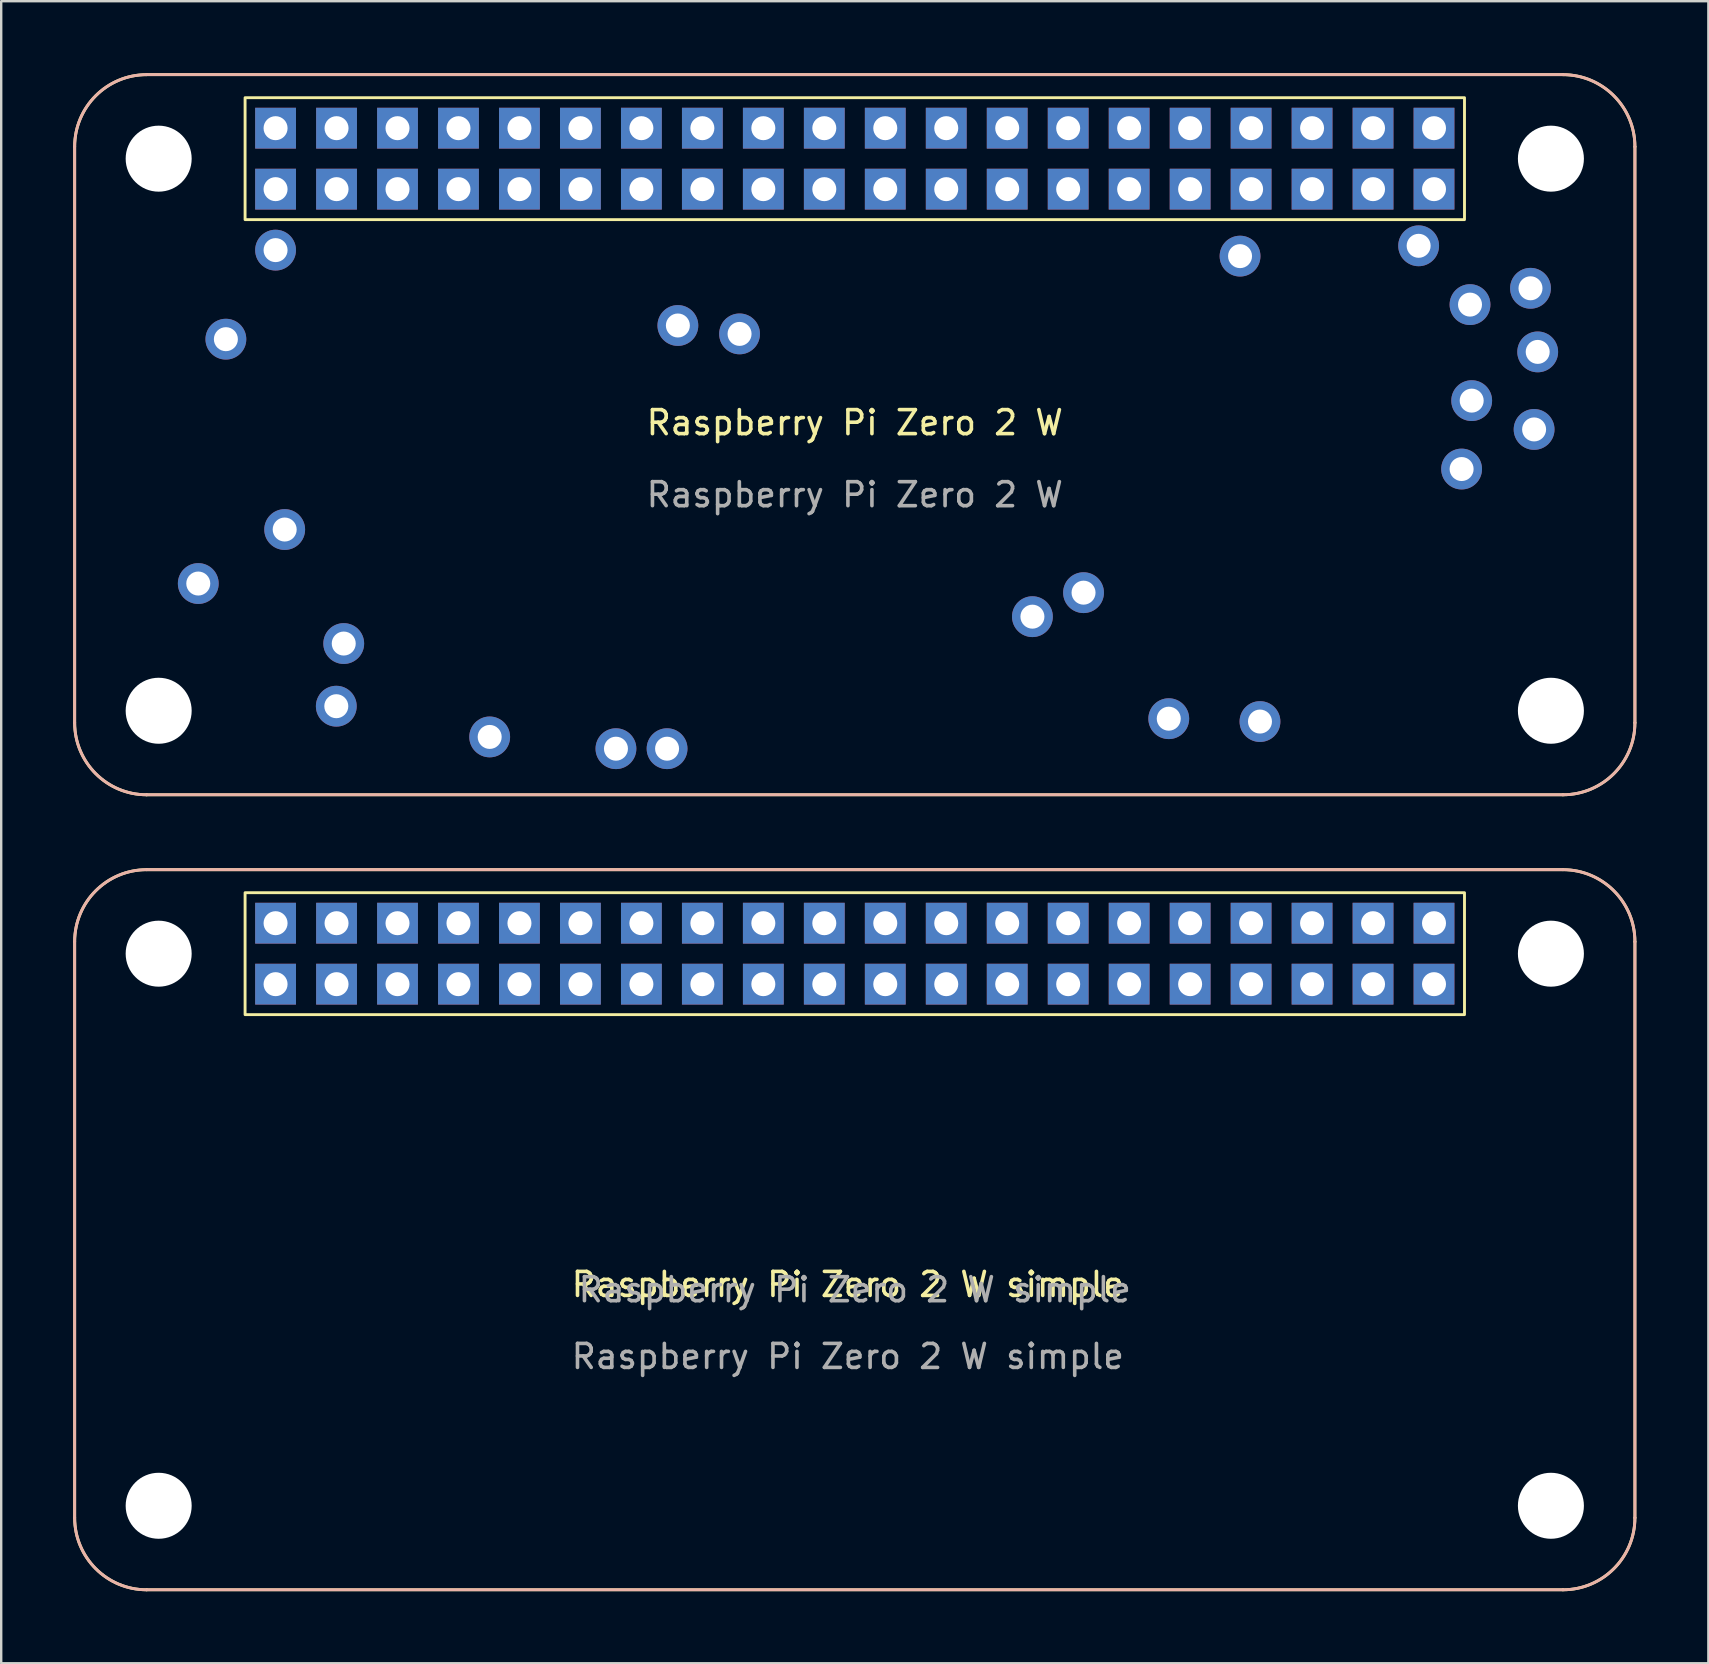
<source format=kicad_pcb>
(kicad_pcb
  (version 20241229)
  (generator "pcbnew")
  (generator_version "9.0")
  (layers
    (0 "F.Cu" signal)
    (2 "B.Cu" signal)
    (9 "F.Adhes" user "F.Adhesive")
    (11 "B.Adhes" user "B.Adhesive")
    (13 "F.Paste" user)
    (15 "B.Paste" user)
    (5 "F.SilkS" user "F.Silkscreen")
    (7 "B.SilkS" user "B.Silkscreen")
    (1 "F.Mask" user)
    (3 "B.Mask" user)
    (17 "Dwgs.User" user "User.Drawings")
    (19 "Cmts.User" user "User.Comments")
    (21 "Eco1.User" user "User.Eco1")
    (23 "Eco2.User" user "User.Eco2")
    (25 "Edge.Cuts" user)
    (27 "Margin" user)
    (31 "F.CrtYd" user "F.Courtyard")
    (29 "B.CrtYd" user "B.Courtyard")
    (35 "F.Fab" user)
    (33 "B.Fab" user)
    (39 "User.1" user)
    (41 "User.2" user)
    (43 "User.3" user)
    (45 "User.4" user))
  (footprint "Raspberry Pi Zero 2 W"
    (layer "F.Cu")
    (at 32.56 15.06)
    (property "Reference" "Raspberry Pi Zero 2 W" (at 0 -0.5 0) (unlocked yes) (layer "F.SilkS") (effects (font (size 1 1) (thickness 0.15))))
    (fp_line (start -32.5 12) (end -32.5 -12) (stroke (width 0.12) (type solid)) (layer "F.SilkS"))
    (fp_line (start -29.5 -15) (end 29.5 -15) (stroke (width 0.12) (type solid)) (layer "F.SilkS"))
    (fp_line (start -29.5 15) (end 29.5 15) (stroke (width 0.12) (type solid)) (layer "F.SilkS"))
    (fp_line (start 32.5 12) (end 32.5 -12) (stroke (width 0.12) (type solid)) (layer "F.SilkS"))
    (fp_rect (start -25.4 -14.04) (end 25.4 -8.96) (stroke (width 0.12) (type solid)) (fill no) (layer "F.SilkS"))
    (fp_arc (start -32.5 -12) (mid -31.62132 -14.12132) (end -29.5 -15) (stroke (width 0.12) (type solid)) (layer "F.SilkS"))
    (fp_arc (start -29.5 15) (mid -31.62132 14.12132) (end -32.5 12) (stroke (width 0.12) (type solid)) (layer "F.SilkS"))
    (fp_arc (start 29.5 -15) (mid 31.62132 -14.12132) (end 32.5 -12) (stroke (width 0.12) (type solid)) (layer "F.SilkS"))
    (fp_arc (start 32.5 12) (mid 31.62132 14.12132) (end 29.5 15) (stroke (width 0.12) (type solid)) (layer "F.SilkS"))
    (fp_line (start -32.5 12) (end -32.5 -12) (stroke (width 0.12) (type solid)) (layer "B.SilkS"))
    (fp_line (start -29.5 -15) (end 29.5 -15) (stroke (width 0.12) (type solid)) (layer "B.SilkS"))
    (fp_line (start -29.5 15) (end 29.5 15) (stroke (width 0.12) (type solid)) (layer "B.SilkS"))
    (fp_line (start 32.5 12) (end 32.5 -12) (stroke (width 0.12) (type solid)) (layer "B.SilkS"))
    (fp_arc (start -32.5 -12) (mid -31.62132 -14.12132) (end -29.5 -15) (stroke (width 0.12) (type solid)) (layer "B.SilkS"))
    (fp_arc (start -29.5 15) (mid -31.62132 14.12132) (end -32.5 12) (stroke (width 0.12) (type solid)) (layer "B.SilkS"))
    (fp_arc (start 29.5 -15) (mid 31.62132 -14.12132) (end 32.5 -12) (stroke (width 0.12) (type solid)) (layer "B.SilkS"))
    (fp_arc (start 32.5 12) (mid 31.62132 14.12132) (end 29.5 15) (stroke (width 0.12) (type solid)) (layer "B.SilkS"))
    (fp_text user "${REFERENCE}" (at 0 2.5 0) (unlocked yes) (layer "F.Fab") (effects (font (size 1 1) (thickness 0.15))))
    (pad "" np_thru_hole circle (at -29 -11.5) (size 2.75 2.75) (drill 2.75) (layers "*.Cu" "*.Mask"))
    (pad "" np_thru_hole circle (at -29 11.5) (size 2.75 2.75) (drill 2.75) (layers "*.Cu" "*.Mask"))
    (pad "" np_thru_hole circle (at 29 -11.5) (size 2.75 2.75) (drill 2.75) (layers "*.Cu" "*.Mask"))
    (pad "" np_thru_hole circle (at 29 11.5) (size 2.75 2.75) (drill 2.75) (layers "*.Cu" "*.Mask"))
    (pad "1" thru_hole rect (at -24.13 -10.23) (size 1.7 1.7) (drill 1) (layers "*.Cu" "*.Mask"))
    (pad "2" thru_hole rect (at -24.13 -12.77) (size 1.7 1.7) (drill 1) (layers "*.Cu" "*.Mask"))
    (pad "3" thru_hole rect (at -21.59 -10.23) (size 1.7 1.7) (drill 1) (layers "*.Cu" "*.Mask"))
    (pad "4" thru_hole rect (at -21.59 -12.77) (size 1.7 1.7) (drill 1) (layers "*.Cu" "*.Mask"))
    (pad "5" thru_hole rect (at -19.05 -10.23) (size 1.7 1.7) (drill 1) (layers "*.Cu" "*.Mask"))
    (pad "6" thru_hole rect (at -19.05 -12.77) (size 1.7 1.7) (drill 1) (layers "*.Cu" "*.Mask"))
    (pad "7" thru_hole rect (at -16.51 -10.23) (size 1.7 1.7) (drill 1) (layers "*.Cu" "*.Mask"))
    (pad "8" thru_hole rect (at -16.51 -12.77) (size 1.7 1.7) (drill 1) (layers "*.Cu" "*.Mask"))
    (pad "9" thru_hole rect (at -13.97 -10.23) (size 1.7 1.7) (drill 1) (layers "*.Cu" "*.Mask"))
    (pad "10" thru_hole rect (at -13.97 -12.77) (size 1.7 1.7) (drill 1) (layers "*.Cu" "*.Mask"))
    (pad "11" thru_hole rect (at -11.43 -10.23) (size 1.7 1.7) (drill 1) (layers "*.Cu" "*.Mask"))
    (pad "12" thru_hole rect (at -11.43 -12.77) (size 1.7 1.7) (drill 1) (layers "*.Cu" "*.Mask"))
    (pad "13" thru_hole rect (at -8.89 -10.23) (size 1.7 1.7) (drill 1) (layers "*.Cu" "*.Mask"))
    (pad "14" thru_hole rect (at -8.89 -12.77) (size 1.7 1.7) (drill 1) (layers "*.Cu" "*.Mask"))
    (pad "15" thru_hole rect (at -6.35 -10.23) (size 1.7 1.7) (drill 1) (layers "*.Cu" "*.Mask"))
    (pad "16" thru_hole rect (at -6.35 -12.77) (size 1.7 1.7) (drill 1) (layers "*.Cu" "*.Mask"))
    (pad "17" thru_hole rect (at -3.81 -10.23) (size 1.7 1.7) (drill 1) (layers "*.Cu" "*.Mask"))
    (pad "18" thru_hole rect (at -3.81 -12.77) (size 1.7 1.7) (drill 1) (layers "*.Cu" "*.Mask"))
    (pad "19" thru_hole rect (at -1.27 -10.23) (size 1.7 1.7) (drill 1) (layers "*.Cu" "*.Mask"))
    (pad "20" thru_hole rect (at -1.27 -12.77) (size 1.7 1.7) (drill 1) (layers "*.Cu" "*.Mask"))
    (pad "21" thru_hole rect (at 1.27 -10.23) (size 1.7 1.7) (drill 1) (layers "*.Cu" "*.Mask"))
    (pad "22" thru_hole rect (at 1.27 -12.77) (size 1.7 1.7) (drill 1) (layers "*.Cu" "*.Mask"))
    (pad "23" thru_hole rect (at 3.81 -10.23) (size 1.7 1.7) (drill 1) (layers "*.Cu" "*.Mask"))
    (pad "24" thru_hole rect (at 3.81 -12.77) (size 1.7 1.7) (drill 1) (layers "*.Cu" "*.Mask"))
    (pad "25" thru_hole rect (at 6.35 -10.23) (size 1.7 1.7) (drill 1) (layers "*.Cu" "*.Mask"))
    (pad "26" thru_hole rect (at 6.35 -12.77) (size 1.7 1.7) (drill 1) (layers "*.Cu" "*.Mask"))
    (pad "27" thru_hole rect (at 8.89 -10.23) (size 1.7 1.7) (drill 1) (layers "*.Cu" "*.Mask"))
    (pad "28" thru_hole rect (at 8.89 -12.77) (size 1.7 1.7) (drill 1) (layers "*.Cu" "*.Mask"))
    (pad "29" thru_hole rect (at 11.43 -10.23) (size 1.7 1.7) (drill 1) (layers "*.Cu" "*.Mask"))
    (pad "30" thru_hole rect (at 11.43 -12.77) (size 1.7 1.7) (drill 1) (layers "*.Cu" "*.Mask"))
    (pad "31" thru_hole rect (at 13.97 -10.23) (size 1.7 1.7) (drill 1) (layers "*.Cu" "*.Mask"))
    (pad "32" thru_hole rect (at 13.97 -12.77) (size 1.7 1.7) (drill 1) (layers "*.Cu" "*.Mask"))
    (pad "33" thru_hole rect (at 16.51 -10.23) (size 1.7 1.7) (drill 1) (layers "*.Cu" "*.Mask"))
    (pad "34" thru_hole rect (at 16.51 -12.77) (size 1.7 1.7) (drill 1) (layers "*.Cu" "*.Mask"))
    (pad "35" thru_hole rect (at 19.05 -10.23) (size 1.7 1.7) (drill 1) (layers "*.Cu" "*.Mask"))
    (pad "36" thru_hole rect (at 19.05 -12.77) (size 1.7 1.7) (drill 1) (layers "*.Cu" "*.Mask"))
    (pad "37" thru_hole rect (at 21.59 -10.23) (size 1.7 1.7) (drill 1) (layers "*.Cu" "*.Mask"))
    (pad "38" thru_hole rect (at 21.59 -12.77) (size 1.7 1.7) (drill 1) (layers "*.Cu" "*.Mask"))
    (pad "39" thru_hole rect (at 24.13 -10.23) (size 1.7 1.7) (drill 1) (layers "*.Cu" "*.Mask"))
    (pad "40" thru_hole rect (at 24.13 -12.77) (size 1.7 1.7) (drill 1) (layers "*.Cu" "*.Mask"))
    (pad "41" thru_hole circle (at -27.35 6.2) (size 1.7 1.7) (drill 1) (layers "*.Cu" "*.Mask"))
    (pad "42" thru_hole circle (at -26.2 -3.98) (size 1.7 1.7) (drill 1) (layers "*.Cu" "*.Mask"))
    (pad "43" thru_hole circle (at -24.13 -7.69) (size 1.7 1.7) (drill 1) (layers "*.Cu" "*.Mask"))
    (pad "44" thru_hole circle (at -23.75 3.95) (size 1.7 1.7) (drill 1) (layers "*.Cu" "*.Mask"))
    (pad "45" thru_hole circle (at -21.29 8.7) (size 1.7 1.7) (drill 1) (layers "*.Cu" "*.Mask"))
    (pad "46" thru_hole circle (at -21.6 11.31) (size 1.7 1.7) (drill 1) (layers "*.Cu" "*.Mask"))
    (pad "47" thru_hole circle (at -15.21 12.59) (size 1.7 1.7) (drill 1) (layers "*.Cu" "*.Mask"))
    (pad "48" thru_hole circle (at -9.95 13.08) (size 1.7 1.7) (drill 1) (layers "*.Cu" "*.Mask"))
    (pad "49" thru_hole circle (at -7.82 13.08) (size 1.7 1.7) (drill 1) (layers "*.Cu" "*.Mask"))
    (pad "50" thru_hole circle (at 7.4 7.58) (size 1.7 1.7) (drill 1) (layers "*.Cu" "*.Mask"))
    (pad "51" thru_hole circle (at 9.53 6.58) (size 1.7 1.7) (drill 1) (layers "*.Cu" "*.Mask"))
    (pad "52" thru_hole circle (at 13.08 11.83) (size 1.7 1.7) (drill 1) (layers "*.Cu" "*.Mask"))
    (pad "53" thru_hole circle (at 16.88 11.95) (size 1.7 1.7) (drill 1) (layers "*.Cu" "*.Mask"))
    (pad "54" thru_hole circle (at 23.49 -7.87) (size 1.7 1.7) (drill 1) (layers "*.Cu" "*.Mask"))
    (pad "55" thru_hole circle (at 16.05 -7.44) (size 1.7 1.7) (drill 1) (layers "*.Cu" "*.Mask"))
    (pad "56" thru_hole circle (at 28.45 -3.45) (size 1.7 1.7) (drill 1) (layers "*.Cu" "*.Mask"))
    (pad "57" thru_hole circle (at 25.7 -1.42) (size 1.7 1.7) (drill 1) (layers "*.Cu" "*.Mask"))
    (pad "58" thru_hole circle (at 25.63 -5.42) (size 1.7 1.7) (drill 1) (layers "*.Cu" "*.Mask"))
    (pad "59" thru_hole circle (at 28.15 -6.1) (size 1.7 1.7) (drill 1) (layers "*.Cu" "*.Mask"))
    (pad "60" thru_hole circle (at 25.28 1.43) (size 1.7 1.7) (drill 1) (layers "*.Cu" "*.Mask"))
    (pad "61" thru_hole circle (at 28.3 -0.22) (size 1.7 1.7) (drill 1) (layers "*.Cu" "*.Mask"))
    (pad "62" thru_hole circle (at -7.37 -4.55) (size 1.7 1.7) (drill 1) (layers "*.Cu" "*.Mask"))
    (pad "63" thru_hole circle (at -4.8 -4.2) (size 1.7 1.7) (drill 1) (layers "*.Cu" "*.Mask")))
  (footprint "Raspberry Pi Zero 2 W simple"
    (layer "F.Cu")
    (at 32.27 50.96)
    (property "Reference" "Raspberry Pi Zero 2 W simple" (at 0 -0.5 0) (unlocked yes) (layer "F.SilkS") (effects (font (size 1 1) (thickness 0.15))))
    (attr through_hole)
    (fp_line (start -32.21 9.22) (end -32.21 -14.78) (stroke (width 0.12) (type solid)) (layer "F.SilkS"))
    (fp_line (start -29.21 -17.78) (end 29.79 -17.78) (stroke (width 0.12) (type solid)) (layer "F.SilkS"))
    (fp_line (start -29.21 12.22) (end 29.79 12.22) (stroke (width 0.12) (type solid)) (layer "F.SilkS"))
    (fp_line (start 32.79 9.22) (end 32.79 -14.78) (stroke (width 0.12) (type solid)) (layer "F.SilkS"))
    (fp_rect (start -25.11 -16.82) (end 25.69 -11.74) (stroke (width 0.12) (type solid)) (fill no) (layer "F.SilkS"))
    (fp_arc (start -32.21 -14.78) (mid -31.33132 -16.90132) (end -29.21 -17.78) (stroke (width 0.12) (type solid)) (layer "F.SilkS"))
    (fp_arc (start -29.21 12.22) (mid -31.33132 11.34132) (end -32.21 9.22) (stroke (width 0.12) (type solid)) (layer "F.SilkS"))
    (fp_arc (start 29.79 -17.78) (mid 31.91132 -16.90132) (end 32.79 -14.78) (stroke (width 0.12) (type solid)) (layer "F.SilkS"))
    (fp_arc (start 32.79 9.22) (mid 31.91132 11.34132) (end 29.79 12.22) (stroke (width 0.12) (type solid)) (layer "F.SilkS"))
    (fp_line (start -32.21 9.22) (end -32.21 -14.78) (stroke (width 0.12) (type solid)) (layer "B.SilkS"))
    (fp_line (start -29.21 -17.78) (end 29.79 -17.78) (stroke (width 0.12) (type solid)) (layer "B.SilkS"))
    (fp_line (start -29.21 12.22) (end 29.79 12.22) (stroke (width 0.12) (type solid)) (layer "B.SilkS"))
    (fp_line (start 32.79 9.22) (end 32.79 -14.78) (stroke (width 0.12) (type solid)) (layer "B.SilkS"))
    (fp_arc (start -32.21 -14.78) (mid -31.33132 -16.90132) (end -29.21 -17.78) (stroke (width 0.12) (type solid)) (layer "B.SilkS"))
    (fp_arc (start -29.21 12.22) (mid -31.33132 11.34132) (end -32.21 9.22) (stroke (width 0.12) (type solid)) (layer "B.SilkS"))
    (fp_arc (start 29.79 -17.78) (mid 31.91132 -16.90132) (end 32.79 -14.78) (stroke (width 0.12) (type solid)) (layer "B.SilkS"))
    (fp_arc (start 32.79 9.22) (mid 31.91132 11.34132) (end 29.79 12.22) (stroke (width 0.12) (type solid)) (layer "B.SilkS"))
    (fp_text user "${REFERENCE}" (at 0 2.5 0) (unlocked yes) (layer "F.Fab") (effects (font (size 1 1) (thickness 0.15))))
    (fp_text user "${REFERENCE}" (at 0.29 -0.28 0) (unlocked yes) (layer "F.Fab") (effects (font (size 1 1) (thickness 0.15))))
    (pad "" np_thru_hole circle (at -28.71 -14.28) (size 2.75 2.75) (drill 2.75) (layers "*.Cu" "*.Mask"))
    (pad "" np_thru_hole circle (at -28.71 8.72) (size 2.75 2.75) (drill 2.75) (layers "*.Cu" "*.Mask"))
    (pad "" np_thru_hole circle (at 29.29 -14.28) (size 2.75 2.75) (drill 2.75) (layers "*.Cu" "*.Mask"))
    (pad "" np_thru_hole circle (at 29.29 8.72) (size 2.75 2.75) (drill 2.75) (layers "*.Cu" "*.Mask"))
    (pad "1" thru_hole rect (at -23.84 -13.01) (size 1.7 1.7) (drill 1) (layers "*.Cu" "*.Mask"))
    (pad "2" thru_hole rect (at -23.84 -15.55) (size 1.7 1.7) (drill 1) (layers "*.Cu" "*.Mask"))
    (pad "3" thru_hole rect (at -21.3 -13.01) (size 1.7 1.7) (drill 1) (layers "*.Cu" "*.Mask"))
    (pad "4" thru_hole rect (at -21.3 -15.55) (size 1.7 1.7) (drill 1) (layers "*.Cu" "*.Mask"))
    (pad "5" thru_hole rect (at -18.76 -13.01) (size 1.7 1.7) (drill 1) (layers "*.Cu" "*.Mask"))
    (pad "6" thru_hole rect (at -18.76 -15.55) (size 1.7 1.7) (drill 1) (layers "*.Cu" "*.Mask"))
    (pad "7" thru_hole rect (at -16.22 -13.01) (size 1.7 1.7) (drill 1) (layers "*.Cu" "*.Mask"))
    (pad "8" thru_hole rect (at -16.22 -15.55) (size 1.7 1.7) (drill 1) (layers "*.Cu" "*.Mask"))
    (pad "9" thru_hole rect (at -13.68 -13.01) (size 1.7 1.7) (drill 1) (layers "*.Cu" "*.Mask"))
    (pad "10" thru_hole rect (at -13.68 -15.55) (size 1.7 1.7) (drill 1) (layers "*.Cu" "*.Mask"))
    (pad "11" thru_hole rect (at -11.14 -13.01) (size 1.7 1.7) (drill 1) (layers "*.Cu" "*.Mask"))
    (pad "12" thru_hole rect (at -11.14 -15.55) (size 1.7 1.7) (drill 1) (layers "*.Cu" "*.Mask"))
    (pad "13" thru_hole rect (at -8.6 -13.01) (size 1.7 1.7) (drill 1) (layers "*.Cu" "*.Mask"))
    (pad "14" thru_hole rect (at -8.6 -15.55) (size 1.7 1.7) (drill 1) (layers "*.Cu" "*.Mask"))
    (pad "15" thru_hole rect (at -6.06 -13.01) (size 1.7 1.7) (drill 1) (layers "*.Cu" "*.Mask"))
    (pad "16" thru_hole rect (at -6.06 -15.55) (size 1.7 1.7) (drill 1) (layers "*.Cu" "*.Mask"))
    (pad "17" thru_hole rect (at -3.52 -13.01) (size 1.7 1.7) (drill 1) (layers "*.Cu" "*.Mask"))
    (pad "18" thru_hole rect (at -3.52 -15.55) (size 1.7 1.7) (drill 1) (layers "*.Cu" "*.Mask"))
    (pad "19" thru_hole rect (at -0.98 -13.01) (size 1.7 1.7) (drill 1) (layers "*.Cu" "*.Mask"))
    (pad "20" thru_hole rect (at -0.98 -15.55) (size 1.7 1.7) (drill 1) (layers "*.Cu" "*.Mask"))
    (pad "21" thru_hole rect (at 1.56 -13.01) (size 1.7 1.7) (drill 1) (layers "*.Cu" "*.Mask"))
    (pad "22" thru_hole rect (at 1.56 -15.55) (size 1.7 1.7) (drill 1) (layers "*.Cu" "*.Mask"))
    (pad "23" thru_hole rect (at 4.1 -13.01) (size 1.7 1.7) (drill 1) (layers "*.Cu" "*.Mask"))
    (pad "24" thru_hole rect (at 4.1 -15.55) (size 1.7 1.7) (drill 1) (layers "*.Cu" "*.Mask"))
    (pad "25" thru_hole rect (at 6.64 -13.01) (size 1.7 1.7) (drill 1) (layers "*.Cu" "*.Mask"))
    (pad "26" thru_hole rect (at 6.64 -15.55) (size 1.7 1.7) (drill 1) (layers "*.Cu" "*.Mask"))
    (pad "27" thru_hole rect (at 9.18 -13.01) (size 1.7 1.7) (drill 1) (layers "*.Cu" "*.Mask"))
    (pad "28" thru_hole rect (at 9.18 -15.55) (size 1.7 1.7) (drill 1) (layers "*.Cu" "*.Mask"))
    (pad "29" thru_hole rect (at 11.72 -13.01) (size 1.7 1.7) (drill 1) (layers "*.Cu" "*.Mask"))
    (pad "30" thru_hole rect (at 11.72 -15.55) (size 1.7 1.7) (drill 1) (layers "*.Cu" "*.Mask"))
    (pad "31" thru_hole rect (at 14.26 -13.01) (size 1.7 1.7) (drill 1) (layers "*.Cu" "*.Mask"))
    (pad "32" thru_hole rect (at 14.26 -15.55) (size 1.7 1.7) (drill 1) (layers "*.Cu" "*.Mask"))
    (pad "33" thru_hole rect (at 16.8 -13.01) (size 1.7 1.7) (drill 1) (layers "*.Cu" "*.Mask"))
    (pad "34" thru_hole rect (at 16.8 -15.55) (size 1.7 1.7) (drill 1) (layers "*.Cu" "*.Mask"))
    (pad "35" thru_hole rect (at 19.34 -13.01) (size 1.7 1.7) (drill 1) (layers "*.Cu" "*.Mask"))
    (pad "36" thru_hole rect (at 19.34 -15.55) (size 1.7 1.7) (drill 1) (layers "*.Cu" "*.Mask"))
    (pad "37" thru_hole rect (at 21.88 -13.01) (size 1.7 1.7) (drill 1) (layers "*.Cu" "*.Mask"))
    (pad "38" thru_hole rect (at 21.88 -15.55) (size 1.7 1.7) (drill 1) (layers "*.Cu" "*.Mask"))
    (pad "39" thru_hole rect (at 24.42 -13.01) (size 1.7 1.7) (drill 1) (layers "*.Cu" "*.Mask"))
    (pad "40" thru_hole rect (at 24.42 -15.55) (size 1.7 1.7) (drill 1) (layers "*.Cu" "*.Mask")))
  (gr_rect
    (start -3 -3)
    (end 68.12 66.24)
    (stroke (width 0.1) (type default))
    (fill no)
    (layer "Edge.Cuts")))
</source>
